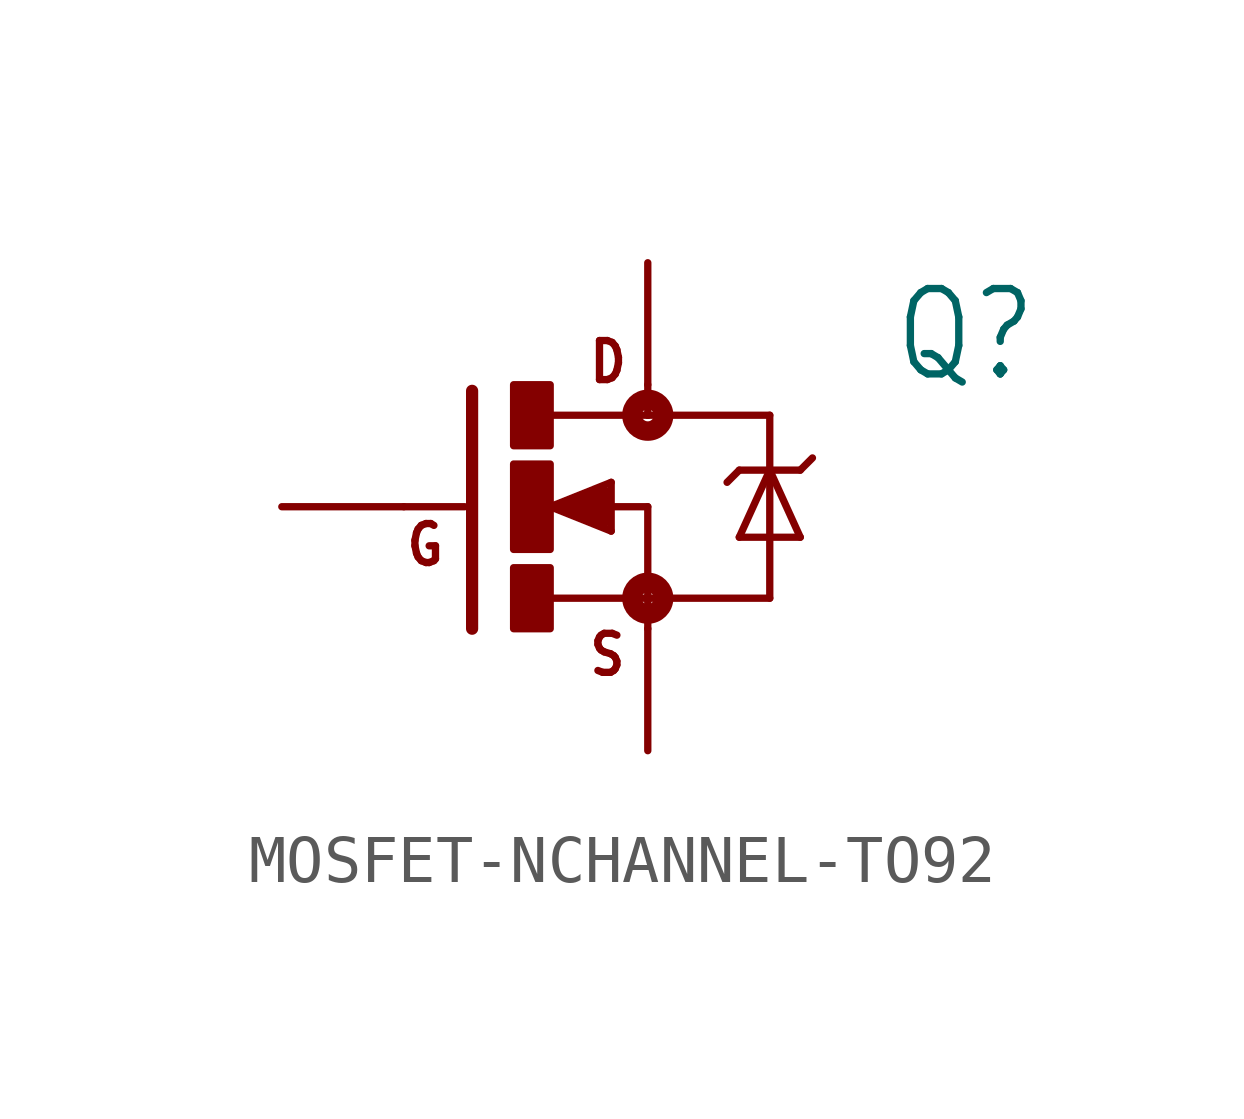
<source format=kicad_sym>
(kicad_symbol_lib
  (version 20220914)
  (generator kicad_symbol_editor)
  (symbol "MOSFET-NCHANNEL-TO92"
    (property "Reference" "Q"
      (at 5.08 2.54 0)
      (effects (font (size 1.778 1.511)) (justify left bottom)))
    (property "Value" ""
      (at 5.08 0 0)
      (effects (font (size 1.778 1.511)) (justify left bottom)))
    (property "ki_locked" ""
      (at 0 0 0)
      (effects (font (size 1.27 1.27))))
    (symbol "MOSFET-NCHANNEL-TO92_1_0"
      (rectangle (start -2.794 -2.54) (end -2.032 -1.27) (stroke (width 0) (type default)) (fill (type outline)))
      (rectangle (start -2.794 -0.889) (end -2.032 0.889) (stroke (width 0) (type default)) (fill (type outline)))
      (rectangle (start -2.794 1.27) (end -2.032 2.54) (stroke (width 0) (type default)) (fill (type outline)))
      (circle (center 0 -1.905) (radius 0.127) (stroke (width 0.406) (type solid)) (fill (type none)))
      (polyline (pts (xy -3.81 0) (xy -5.08 0)) (stroke (width 0.152) (type solid)) (fill (type none)))
      (polyline (pts (xy -3.658 2.413) (xy -3.658 -2.54)) (stroke (width 0.254) (type solid)) (fill (type none)))
      (polyline (pts (xy -2.032 -1.905) (xy 0 -1.905)) (stroke (width 0.152) (type solid)) (fill (type none)))
      (polyline (pts (xy -2.032 0) (xy -0.762 -0.508)) (stroke (width 0.152) (type solid)) (fill (type none)))
      (polyline (pts (xy -1.778 0) (xy -0.889 -0.254)) (stroke (width 0.305) (type solid)) (fill (type none)))
      (polyline (pts (xy -0.889 -0.254) (xy -0.889 0)) (stroke (width 0.305) (type solid)) (fill (type none)))
      (polyline (pts (xy -0.889 0) (xy -1.143 0)) (stroke (width 0.305) (type solid)) (fill (type none)))
      (polyline (pts (xy -0.889 0) (xy 0 0)) (stroke (width 0.152) (type solid)) (fill (type none)))
      (polyline (pts (xy -0.889 0.254) (xy -1.778 0)) (stroke (width 0.305) (type solid)) (fill (type none)))
      (polyline (pts (xy -0.762 -0.508) (xy -0.762 0.508)) (stroke (width 0.152) (type solid)) (fill (type none)))
      (polyline (pts (xy -0.762 0.508) (xy -2.032 0)) (stroke (width 0.152) (type solid)) (fill (type none)))
      (polyline (pts (xy 0 -1.905) (xy 0 -2.54)) (stroke (width 0.152) (type solid)) (fill (type none)))
      (polyline (pts (xy 0 0) (xy 0 -1.905)) (stroke (width 0.152) (type solid)) (fill (type none)))
      (polyline (pts (xy 0 1.905) (xy -2.007 1.905)) (stroke (width 0.152) (type solid)) (fill (type none)))
      (polyline (pts (xy 0 1.905) (xy 2.54 1.905)) (stroke (width 0.152) (type solid)) (fill (type none)))
      (polyline (pts (xy 0 2.54) (xy 0 1.905)) (stroke (width 0.152) (type solid)) (fill (type none)))
      (polyline (pts (xy 1.905 -0.635) (xy 3.175 -0.635)) (stroke (width 0.152) (type solid)) (fill (type none)))
      (polyline (pts (xy 1.905 0.762) (xy 1.651 0.508)) (stroke (width 0.152) (type solid)) (fill (type none)))
      (polyline (pts (xy 1.905 0.762) (xy 2.54 0.762)) (stroke (width 0.152) (type solid)) (fill (type none)))
      (polyline (pts (xy 2.54 -1.905) (xy 0 -1.905)) (stroke (width 0.152) (type solid)) (fill (type none)))
      (polyline (pts (xy 2.54 0.762) (xy 1.905 -0.635)) (stroke (width 0.152) (type solid)) (fill (type none)))
      (polyline (pts (xy 2.54 0.762) (xy 2.54 -1.905)) (stroke (width 0.152) (type solid)) (fill (type none)))
      (polyline (pts (xy 2.54 0.762) (xy 3.175 0.762)) (stroke (width 0.152) (type solid)) (fill (type none)))
      (polyline (pts (xy 2.54 1.905) (xy 2.54 0.762)) (stroke (width 0.152) (type solid)) (fill (type none)))
      (polyline (pts (xy 3.175 -0.635) (xy 2.54 0.762)) (stroke (width 0.152) (type solid)) (fill (type none)))
      (polyline (pts (xy 3.175 0.762) (xy 3.429 1.016)) (stroke (width 0.152) (type solid)) (fill (type none)))
      (circle (center 0 1.905) (radius 0.127) (stroke (width 0.406) (type solid)) (fill (type none)))
      (text "D" (at -1.27 2.54 0) (effects (font (size 0.813 0.691)) (justify left bottom)))
      (text "G" (at -5.08 -1.27 0) (effects (font (size 0.813 0.691)) (justify left bottom)))
      (text "S" (at -1.27 -3.556 0) (effects (font (size 0.813 0.691)) (justify left bottom)))
      (pin passive line (at 0 5.08 270) (length 2.54) (name "D" (effects (font (size 0 0)))) (number "1" (effects (font (size 0 0)))))
      (pin passive line (at 0 -5.08 90) (length 2.54) (name "S" (effects (font (size 0 0)))) (number "2" (effects (font (size 0 0)))))
      (pin passive line (at -7.62 0 0) (length 2.54) (name "G" (effects (font (size 0 0)))) (number "3" (effects (font (size 0 0))))))))
</source>
